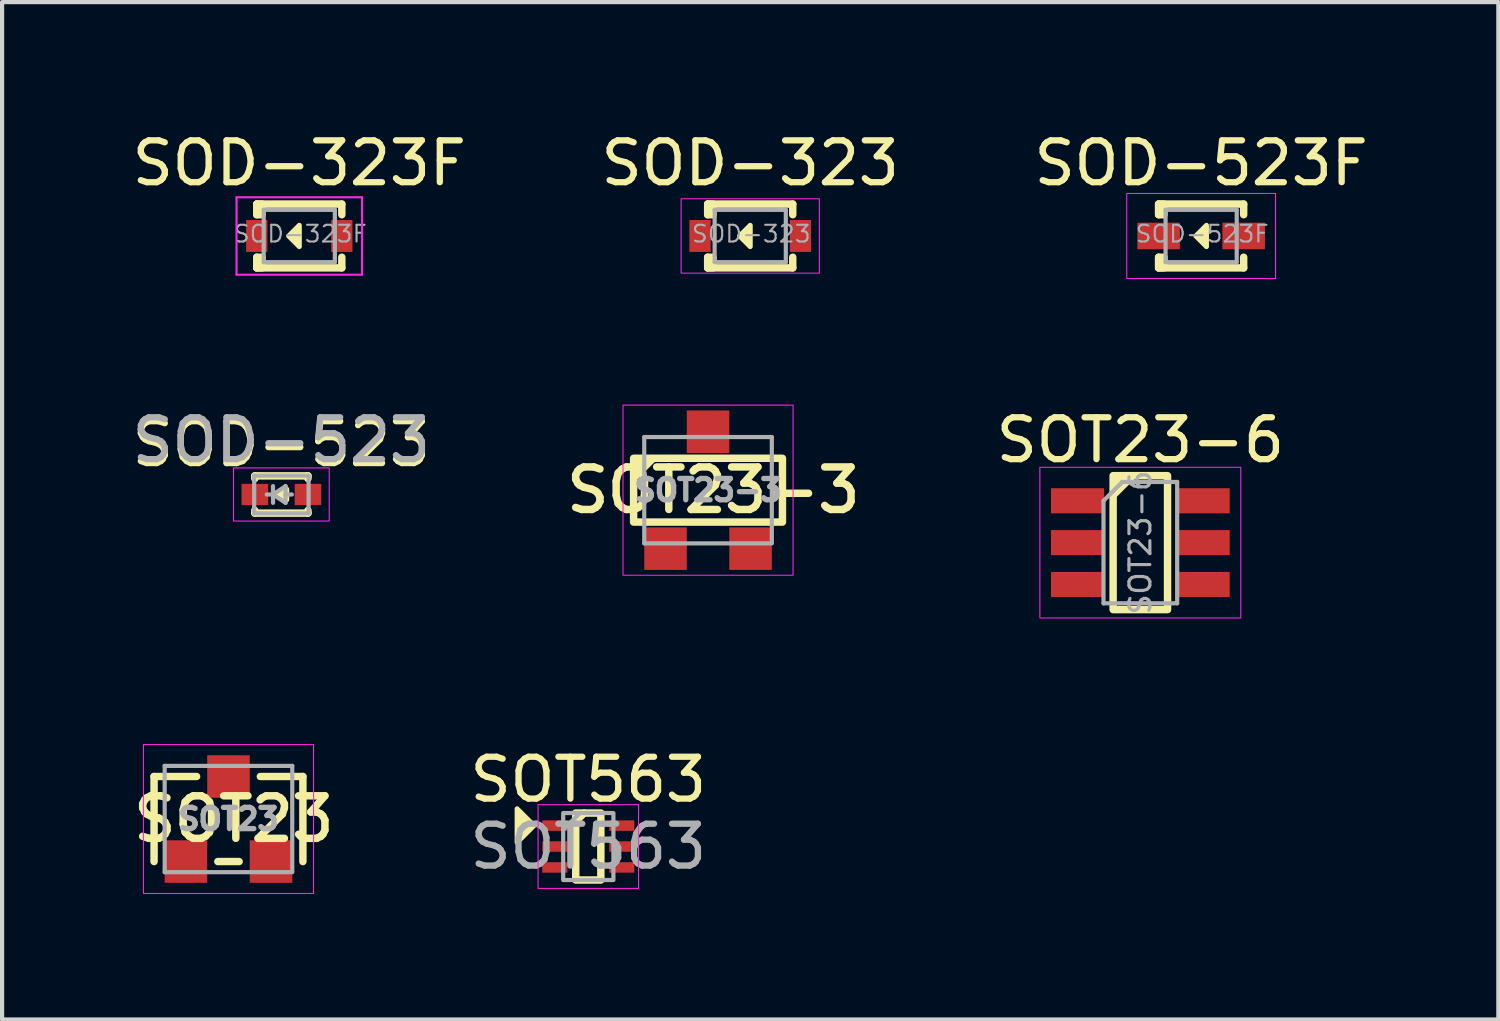
<source format=kicad_pcb>
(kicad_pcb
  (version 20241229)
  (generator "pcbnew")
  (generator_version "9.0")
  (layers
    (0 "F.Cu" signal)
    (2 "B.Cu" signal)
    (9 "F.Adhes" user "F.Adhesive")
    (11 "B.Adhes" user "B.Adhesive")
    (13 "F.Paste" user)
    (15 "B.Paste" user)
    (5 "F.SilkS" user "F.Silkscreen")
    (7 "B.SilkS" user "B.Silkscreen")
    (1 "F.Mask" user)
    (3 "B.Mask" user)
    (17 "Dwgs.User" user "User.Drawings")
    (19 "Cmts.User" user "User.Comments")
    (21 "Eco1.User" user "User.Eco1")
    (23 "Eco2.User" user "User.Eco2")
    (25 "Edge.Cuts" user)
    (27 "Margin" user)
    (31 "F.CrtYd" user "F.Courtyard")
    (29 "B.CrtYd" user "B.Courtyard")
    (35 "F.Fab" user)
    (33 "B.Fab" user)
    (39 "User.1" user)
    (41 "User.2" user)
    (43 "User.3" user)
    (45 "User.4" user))
  (footprint "SOT23"
    (layer "F.Cu")
    (at 2.409 16.519)
    (property "Reference" "SOT23" (at 0.127 0 0) (layer "F.SilkS") (effects (font (size 1.016 1.016) (thickness 0.178))))
    (attr smd)
    (fp_line (start -1.778 -1.016) (end -0.762 -1.016) (stroke (width 0.178) (type solid)) (layer "F.SilkS"))
    (fp_line (start -1.778 1.016) (end -1.778 -1.016) (stroke (width 0.178) (type solid)) (layer "F.SilkS"))
    (fp_line (start -0.254 1.016) (end 0.254 1.016) (stroke (width 0.178) (type solid)) (layer "F.SilkS"))
    (fp_line (start 0.762 -1.016) (end 1.778 -1.016) (stroke (width 0.178) (type solid)) (layer "F.SilkS"))
    (fp_line (start 1.778 1.016) (end 1.778 -1.016) (stroke (width 0.178) (type solid)) (layer "F.SilkS"))
    (fp_rect (start -2.032 -1.778) (end 2.032 1.778) (stroke (width 0.025) (type solid)) (fill no) (layer "F.CrtYd"))
    (fp_line (start -1.524 -1.27) (end 1.524 -1.27) (stroke (width 0.1) (type solid)) (layer "F.Fab"))
    (fp_line (start -1.524 1.27) (end -1.524 -1.27) (stroke (width 0.1) (type solid)) (layer "F.Fab"))
    (fp_line (start -1.524 1.27) (end 1.524 1.27) (stroke (width 0.1) (type solid)) (layer "F.Fab"))
    (fp_line (start 1.524 -1.27) (end 1.524 1.25) (stroke (width 0.1) (type solid)) (layer "F.Fab"))
    (fp_text user "${REFERENCE}" (at 0 0 0) (layer "F.Fab") (effects (font (size 0.508 0.508) (thickness 0.127))))
    (pad "1" smd rect (at -1.016 1.016) (size 1.016 1.016) (layers "F.Cu" "F.Mask" "F.Paste"))
    (pad "2" smd rect (at 1.016 1.016) (size 1.016 1.016) (layers "F.Cu" "F.Mask" "F.Paste"))
    (pad "3" smd rect (at 0 -1.016) (size 1.016 1.016) (layers "F.Cu" "F.Mask" "F.Paste")))
  (footprint "SOT23-6"
    (layer "F.Cu")
    (at 24.196 9.915)
    (property "Reference" "SOT23-6" (at 0 -2.45 0) (layer "F.SilkS") (effects (font (size 1 1) (thickness 0.15))))
    (attr smd)
    (fp_rect (start -0.65 -1.6) (end 0.65 1.6) (stroke (width 0.178) (type solid)) (fill no) (layer "F.SilkS"))
    (fp_poly (pts (xy -0.65 -1.092) (xy -0.65 -1.6) (xy -0.142 -1.6)) (stroke (width 0.12) (type solid)) (fill yes) (layer "F.SilkS"))
    (fp_rect (start -2.4 -1.8) (end 2.4 1.8) (stroke (width 0.025) (type solid)) (fill no) (layer "F.CrtYd"))
    (fp_line (start -0.88 -1) (end -0.88 1.45) (stroke (width 0.1) (type solid)) (layer "F.Fab"))
    (fp_line (start -0.88 -1) (end -0.43 -1.45) (stroke (width 0.1) (type solid)) (layer "F.Fab"))
    (fp_line (start 0.88 -1.45) (end -0.43 -1.45) (stroke (width 0.1) (type solid)) (layer "F.Fab"))
    (fp_line (start 0.88 -1.45) (end 0.88 1.45) (stroke (width 0.1) (type solid)) (layer "F.Fab"))
    (fp_line (start 0.88 1.45) (end -0.88 1.45) (stroke (width 0.1) (type solid)) (layer "F.Fab"))
    (fp_text user "${REFERENCE}" (at 0 0 90) (layer "F.Fab") (effects (font (size 0.5 0.5) (thickness 0.075))))
    (pad "1" smd rect (at -1.5 -1) (size 1.27 0.6) (layers "F.Cu" "F.Mask" "F.Paste"))
    (pad "2" smd rect (at -1.5 0) (size 1.27 0.6) (layers "F.Cu" "F.Mask" "F.Paste"))
    (pad "3" smd rect (at -1.5 1) (size 1.27 0.6) (layers "F.Cu" "F.Mask" "F.Paste"))
    (pad "4" smd rect (at 1.5 1) (size 1.27 0.6) (layers "F.Cu" "F.Mask" "F.Paste"))
    (pad "5" smd rect (at 1.5 0) (size 1.27 0.6) (layers "F.Cu" "F.Mask" "F.Paste"))
    (pad "6" smd rect (at 1.5 -1) (size 1.27 0.6) (layers "F.Cu" "F.Mask" "F.Paste")))
  (footprint "SOT563"
    (layer "F.Cu")
    (at 11.006 17.176)
    (property "Reference" "SOT563" (at 0 -1.6 0) (unlocked yes) (layer "F.SilkS") (effects (font (size 1 1) (thickness 0.15))))
    (attr smd)
    (fp_line (start -0.3 -0.6) (end -0.1 -0.8) (stroke (width 0.178) (type solid)) (layer "F.SilkS"))
    (fp_rect (start -0.3 -0.8) (end 0.3 0.8) (stroke (width 0.178) (type solid)) (fill no) (layer "F.SilkS"))
    (fp_poly (pts (xy -1.3 -0.5) (xy -1.7 -0.1) (xy -1.7 -0.9)) (stroke (width 0.12) (type solid)) (fill yes) (layer "F.SilkS"))
    (fp_rect (start -1.2 -1) (end 1.2 1) (stroke (width 0.025) (type solid)) (fill no) (layer "F.CrtYd"))
    (fp_line (start -0.6 -0.4) (end -0.2 -0.8) (stroke (width 0.1) (type solid)) (layer "F.Fab"))
    (fp_rect (start -0.6 -0.8) (end 0.6 0.8) (stroke (width 0.1) (type solid)) (fill no) (layer "F.Fab"))
    (fp_text user "${REFERENCE}" (at 0 0 0) (unlocked yes) (layer "F.Fab") (effects (font (size 1 1) (thickness 0.15))))
    (pad "1" smd rect (at -0.8 -0.5) (size 0.6 0.25) (layers "F.Cu" "F.Mask" "F.Paste"))
    (pad "2" smd rect (at -0.8 0) (size 0.6 0.25) (layers "F.Cu" "F.Mask" "F.Paste"))
    (pad "3" smd rect (at -0.8 0.5) (size 0.6 0.25) (layers "F.Cu" "F.Mask" "F.Paste"))
    (pad "4" smd rect (at 0.8 0.5) (size 0.6 0.25) (layers "F.Cu" "F.Mask" "F.Paste"))
    (pad "5" smd rect (at 0.8 0) (size 0.6 0.25) (layers "F.Cu" "F.Mask" "F.Paste"))
    (pad "6" smd rect (at 0.8 -0.5) (size 0.6 0.25) (layers "F.Cu" "F.Mask" "F.Paste")))
  (footprint "SOD-523F"
    (layer "F.Cu")
    (at 25.649 2.588)
    (property "Reference" "SOD-523F" (at 0 -1.74 0) (layer "F.SilkS") (effects (font (size 1 1) (thickness 0.15))))
    (attr smd)
    (fp_line (start -1.016 -0.762) (end -1.016 -0.508) (stroke (width 0.178) (type solid)) (layer "F.SilkS"))
    (fp_line (start -1.016 0.508) (end -1.016 0.762) (stroke (width 0.178) (type solid)) (layer "F.SilkS"))
    (fp_line (start 1.016 -0.762) (end -1.016 -0.762) (stroke (width 0.178) (type solid)) (layer "F.SilkS"))
    (fp_line (start 1.016 -0.508) (end 1.016 -0.762) (stroke (width 0.178) (type solid)) (layer "F.SilkS"))
    (fp_line (start 1.016 0.508) (end 1.016 0.762) (stroke (width 0.178) (type solid)) (layer "F.SilkS"))
    (fp_line (start 1.016 0.762) (end -1.016 0.762) (stroke (width 0.178) (type solid)) (layer "F.SilkS"))
    (fp_rect (start -1.016 -0.762) (end -0.889 -0.508) (stroke (width 0.178) (type solid)) (fill no) (layer "F.SilkS"))
    (fp_rect (start -1.016 0.508) (end -0.889 0.762) (stroke (width 0.178) (type solid)) (fill no) (layer "F.SilkS"))
    (fp_poly (pts (xy 0.127 0.254) (xy -0.127 0) (xy 0.127 -0.254)) (stroke (width 0.12) (type solid)) (fill yes) (layer "F.SilkS"))
    (fp_rect (start -1.778 1.016) (end 1.778 -1.016) (stroke (width 0.025) (type solid)) (fill no) (layer "F.CrtYd"))
    (fp_line (start -0.85 -0.625) (end 0.85 -0.625) (stroke (width 0.1) (type solid)) (layer "F.Fab"))
    (fp_line (start -0.85 0.625) (end -0.85 -0.625) (stroke (width 0.1) (type solid)) (layer "F.Fab"))
    (fp_line (start -0.85 0.625) (end 0.85 0.625) (stroke (width 0.1) (type solid)) (layer "F.Fab"))
    (fp_line (start 0.85 -0.625) (end 0.85 0.625) (stroke (width 0.1) (type solid)) (layer "F.Fab"))
    (fp_text user "${REFERENCE}" (at 0.025 -0.05 0) (layer "F.Fab") (effects (font (size 0.4 0.4) (thickness 0.05))))
    (pad "A" smd rect (at 1.016 0) (size 1.016 0.635) (layers "F.Cu" "F.Mask" "F.Paste"))
    (pad "C" smd rect (at -1.016 0) (size 1.016 0.635) (layers "F.Cu" "F.Mask" "F.Paste")))
  (footprint "SOD-323"
    (layer "F.Cu")
    (at 14.875 2.588)
    (property "Reference" "SOD-323" (at 0 -1.74 0) (layer "F.SilkS") (effects (font (size 1 1) (thickness 0.15))))
    (attr smd)
    (fp_line (start -1.016 -0.762) (end -1.016 -0.508) (stroke (width 0.178) (type solid)) (layer "F.SilkS"))
    (fp_line (start -1.016 0.508) (end -1.016 0.762) (stroke (width 0.178) (type solid)) (layer "F.SilkS"))
    (fp_line (start 1.016 -0.762) (end -1.016 -0.762) (stroke (width 0.178) (type solid)) (layer "F.SilkS"))
    (fp_line (start 1.016 -0.508) (end 1.016 -0.762) (stroke (width 0.178) (type solid)) (layer "F.SilkS"))
    (fp_line (start 1.016 0.508) (end 1.016 0.762) (stroke (width 0.178) (type solid)) (layer "F.SilkS"))
    (fp_line (start 1.016 0.762) (end -1.016 0.762) (stroke (width 0.178) (type solid)) (layer "F.SilkS"))
    (fp_rect (start -1.016 -0.762) (end -0.889 -0.508) (stroke (width 0.178) (type solid)) (fill no) (layer "F.SilkS"))
    (fp_rect (start -1.016 0.508) (end -0.889 0.762) (stroke (width 0.178) (type solid)) (fill no) (layer "F.SilkS"))
    (fp_poly (pts (xy 0 0.254) (xy -0.254 0) (xy 0 -0.254)) (stroke (width 0.12) (type solid)) (fill yes) (layer "F.SilkS"))
    (fp_rect (start -1.651 -0.889) (end 1.651 0.889) (stroke (width 0.025) (type solid)) (fill no) (layer "F.CrtYd"))
    (fp_line (start -0.85 -0.625) (end 0.85 -0.625) (stroke (width 0.1) (type solid)) (layer "F.Fab"))
    (fp_line (start -0.85 0.625) (end -0.85 -0.625) (stroke (width 0.1) (type solid)) (layer "F.Fab"))
    (fp_line (start -0.85 0.625) (end 0.85 0.625) (stroke (width 0.1) (type solid)) (layer "F.Fab"))
    (fp_line (start 0.85 -0.625) (end 0.85 0.625) (stroke (width 0.1) (type solid)) (layer "F.Fab"))
    (fp_text user "${REFERENCE}" (at 0.025 -0.05 0) (layer "F.Fab") (effects (font (size 0.4 0.4) (thickness 0.05))))
    (pad "A" smd rect (at 1.2 0) (size 0.508 0.762) (layers "F.Cu" "F.Mask" "F.Paste"))
    (pad "K" smd rect (at -1.2 0) (size 0.508 0.762) (layers "F.Cu" "F.Mask" "F.Paste")))
  (footprint "SOD-523"
    (layer "F.Cu")
    (at 3.673 8.765)
    (property "Reference" "SOD-523" (at 0 -1.206 0) (layer "F.SilkS") (effects (font (size 1 1) (thickness 0.15))))
    (attr smd)
    (fp_line (start -0.635 -0.445) (end 0.635 -0.445) (stroke (width 0.178) (type solid)) (layer "F.SilkS"))
    (fp_line (start -0.635 -0.381) (end -0.635 -0.445) (stroke (width 0.178) (type solid)) (layer "F.SilkS"))
    (fp_line (start -0.635 0.381) (end -0.635 0.445) (stroke (width 0.178) (type solid)) (layer "F.SilkS"))
    (fp_line (start -0.635 0.445) (end 0.635 0.445) (stroke (width 0.178) (type solid)) (layer "F.SilkS"))
    (fp_line (start 0.635 -0.381) (end 0.635 -0.445) (stroke (width 0.178) (type solid)) (layer "F.SilkS"))
    (fp_line (start 0.635 0.381) (end 0.635 0.445) (stroke (width 0.178) (type solid)) (layer "F.SilkS"))
    (fp_poly (pts (xy 0.127 0.127) (xy -0.127 0) (xy 0.127 -0.127)) (stroke (width 0.12) (type solid)) (fill yes) (layer "F.SilkS"))
    (fp_rect (start -1.143 0.635) (end 1.143 -0.635) (stroke (width 0.025) (type solid)) (fill no) (layer "F.CrtYd"))
    (fp_line (start -0.65 -0.45) (end 0.65 -0.45) (stroke (width 0.1) (type solid)) (layer "F.Fab"))
    (fp_line (start -0.65 0.45) (end -0.65 -0.45) (stroke (width 0.1) (type solid)) (layer "F.Fab"))
    (fp_line (start -0.2 0) (end -0.35 0) (stroke (width 0.1) (type solid)) (layer "F.Fab"))
    (fp_line (start -0.2 0) (end 0.1 0.2) (stroke (width 0.1) (type solid)) (layer "F.Fab"))
    (fp_line (start -0.2 0.2) (end -0.2 -0.2) (stroke (width 0.1) (type solid)) (layer "F.Fab"))
    (fp_line (start 0.1 -0.2) (end -0.2 0) (stroke (width 0.1) (type solid)) (layer "F.Fab"))
    (fp_line (start 0.1 0) (end 0.25 0) (stroke (width 0.1) (type solid)) (layer "F.Fab"))
    (fp_line (start 0.1 0.2) (end 0.1 -0.2) (stroke (width 0.1) (type solid)) (layer "F.Fab"))
    (fp_line (start 0.65 -0.45) (end 0.65 0.45) (stroke (width 0.1) (type solid)) (layer "F.Fab"))
    (fp_line (start 0.65 0.45) (end -0.65 0.45) (stroke (width 0.1) (type solid)) (layer "F.Fab"))
    (fp_text user "${REFERENCE}" (at 0 -1.3 0) (layer "F.Fab") (effects (font (size 1 1) (thickness 0.15))))
    (pad "A" smd rect (at 0.635 0 180) (size 0.635 0.508) (layers "F.Cu" "F.Mask" "F.Paste"))
    (pad "K" smd rect (at -0.635 0 180) (size 0.635 0.508) (layers "F.Cu" "F.Mask" "F.Paste")))
  (footprint "SOD-323F"
    (layer "F.Cu")
    (at 4.101 2.588)
    (property "Reference" "SOD-323F" (at 0 -1.74 0) (layer "F.SilkS") (effects (font (size 1 1) (thickness 0.15))))
    (attr smd)
    (fp_line (start -1.016 -0.762) (end -1.016 -0.508) (stroke (width 0.178) (type solid)) (layer "F.SilkS"))
    (fp_line (start -1.016 0.508) (end -1.016 0.762) (stroke (width 0.178) (type solid)) (layer "F.SilkS"))
    (fp_line (start 1.016 -0.762) (end -1.016 -0.762) (stroke (width 0.178) (type solid)) (layer "F.SilkS"))
    (fp_line (start 1.016 -0.508) (end 1.016 -0.762) (stroke (width 0.178) (type solid)) (layer "F.SilkS"))
    (fp_line (start 1.016 0.508) (end 1.016 0.762) (stroke (width 0.178) (type solid)) (layer "F.SilkS"))
    (fp_line (start 1.016 0.762) (end -1.016 0.762) (stroke (width 0.178) (type solid)) (layer "F.SilkS"))
    (fp_rect (start -1.016 -0.762) (end -0.889 -0.508) (stroke (width 0.178) (type solid)) (fill no) (layer "F.SilkS"))
    (fp_rect (start -1.016 0.508) (end -0.889 0.762) (stroke (width 0.178) (type solid)) (fill no) (layer "F.SilkS"))
    (fp_poly (pts (xy 0 0.254) (xy -0.254 0) (xy 0 -0.254)) (stroke (width 0.12) (type solid)) (fill yes) (layer "F.SilkS"))
    (fp_line (start -1.5 -0.925) (end 1.5 -0.925) (stroke (width 0.05) (type solid)) (layer "F.CrtYd"))
    (fp_line (start -1.5 0.925) (end -1.5 -0.925) (stroke (width 0.05) (type solid)) (layer "F.CrtYd"))
    (fp_line (start 1.5 -0.925) (end 1.5 0.925) (stroke (width 0.05) (type solid)) (layer "F.CrtYd"))
    (fp_line (start 1.5 0.925) (end -1.5 0.925) (stroke (width 0.05) (type solid)) (layer "F.CrtYd"))
    (fp_line (start -0.85 -0.625) (end 0.85 -0.625) (stroke (width 0.1) (type solid)) (layer "F.Fab"))
    (fp_line (start -0.85 0.625) (end -0.85 -0.625) (stroke (width 0.1) (type solid)) (layer "F.Fab"))
    (fp_line (start -0.85 0.625) (end 0.85 0.625) (stroke (width 0.1) (type solid)) (layer "F.Fab"))
    (fp_line (start 0.85 -0.625) (end 0.85 0.625) (stroke (width 0.1) (type solid)) (layer "F.Fab"))
    (fp_text user "${REFERENCE}" (at 0.025 -0.05 0) (layer "F.Fab") (effects (font (size 0.4 0.4) (thickness 0.05))))
    (pad "A" smd rect (at 1.016 0) (size 0.508 0.762) (layers "F.Cu" "F.Mask" "F.Paste"))
    (pad "K" smd rect (at -1.016 0) (size 0.508 0.762) (layers "F.Cu" "F.Mask" "F.Paste")))
  (footprint "SOT23-3"
    (layer "F.Cu")
    (at 13.867 8.662)
    (property "Reference" "SOT23-3" (at 0.127 0 0) (layer "F.SilkS") (effects (font (size 1.016 1.016) (thickness 0.178))))
    (attr smd)
    (fp_rect (start -1.778 -0.762) (end 1.778 0.762) (stroke (width 0.178) (type solid)) (fill no) (layer "F.SilkS"))
    (fp_poly (pts (xy -1.778 -0.254) (xy -1.778 -0.762) (xy -1.27 -0.762)) (stroke (width 0.12) (type solid)) (fill yes) (layer "F.SilkS"))
    (fp_rect (start -2.032 -2.032) (end 2.032 2.032) (stroke (width 0.025) (type solid)) (fill no) (layer "F.CrtYd"))
    (fp_line (start -1.524 -1.27) (end 1.524 -1.27) (stroke (width 0.1) (type solid)) (layer "F.Fab"))
    (fp_line (start -1.524 1.27) (end -1.524 -1.27) (stroke (width 0.1) (type solid)) (layer "F.Fab"))
    (fp_line (start -1.524 1.27) (end 1.524 1.27) (stroke (width 0.1) (type solid)) (layer "F.Fab"))
    (fp_line (start 1.524 -1.27) (end 1.524 1.25) (stroke (width 0.1) (type solid)) (layer "F.Fab"))
    (fp_text user "${REFERENCE}" (at 0 0 0) (layer "F.Fab") (effects (font (size 0.508 0.508) (thickness 0.127))))
    (pad "1" smd rect (at -1.016 1.397) (size 1.016 1.016) (layers "F.Cu" "F.Mask" "F.Paste"))
    (pad "2" smd rect (at 1.016 1.397) (size 1.016 1.016) (layers "F.Cu" "F.Mask" "F.Paste"))
    (pad "3" smd rect (at 0 -1.397) (size 1.016 1.016) (layers "F.Cu" "F.Mask" "F.Paste")))
  (gr_rect
    (start -3 -3)
    (end 32.75 21.309)
    (stroke (width 0.1) (type default))
    (fill no)
    (layer "Edge.Cuts")))
</source>
